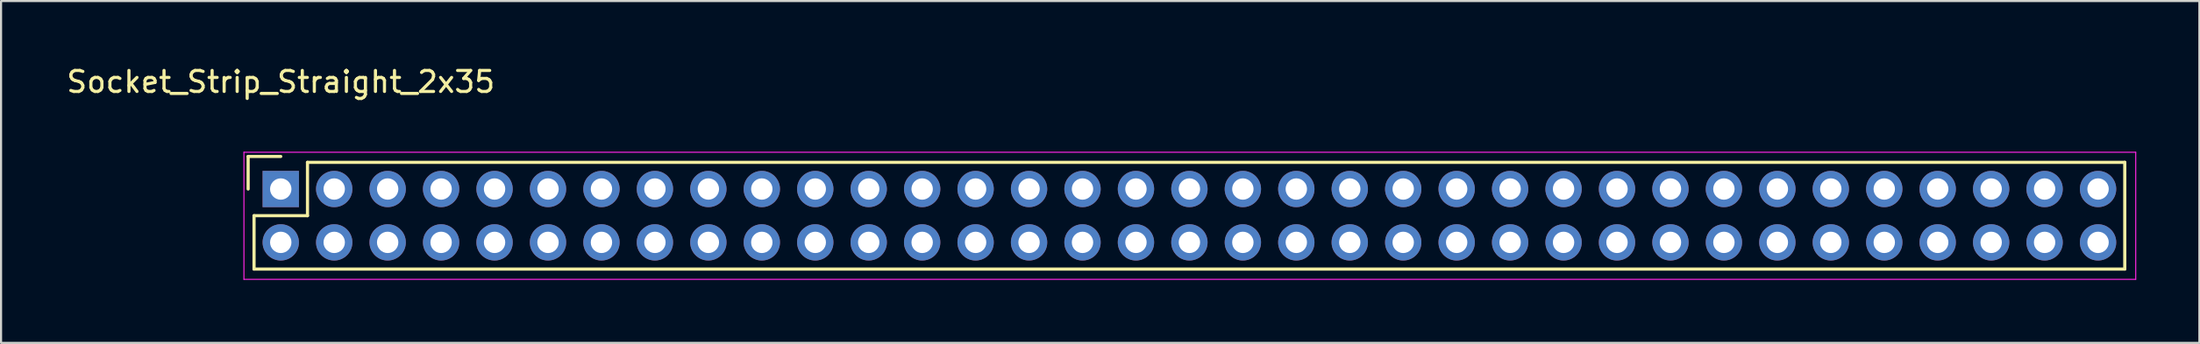
<source format=kicad_pcb>
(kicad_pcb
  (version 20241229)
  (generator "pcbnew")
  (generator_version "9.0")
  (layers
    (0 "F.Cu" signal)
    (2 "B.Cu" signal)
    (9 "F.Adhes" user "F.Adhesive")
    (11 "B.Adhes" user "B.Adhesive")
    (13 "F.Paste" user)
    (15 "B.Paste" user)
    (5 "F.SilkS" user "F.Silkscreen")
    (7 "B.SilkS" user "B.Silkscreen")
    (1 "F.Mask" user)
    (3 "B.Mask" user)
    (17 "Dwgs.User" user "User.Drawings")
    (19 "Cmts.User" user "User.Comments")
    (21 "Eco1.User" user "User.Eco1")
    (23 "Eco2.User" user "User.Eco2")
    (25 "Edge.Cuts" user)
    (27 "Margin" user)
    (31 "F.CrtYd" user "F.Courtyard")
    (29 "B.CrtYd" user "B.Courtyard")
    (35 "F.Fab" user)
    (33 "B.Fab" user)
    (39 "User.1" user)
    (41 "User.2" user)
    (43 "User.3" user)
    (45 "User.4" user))
  (footprint "Socket_Strip_Straight_2x35"
    (layer "F.Cu")
    (at 10.292 5.948)
    (property "Reference" "Socket_Strip_Straight_2x35" (at 0 -5.1 0) (layer "F.SilkS") (effects (font (size 1 1) (thickness 0.15))))
    (attr through_hole)
    (fp_line (start -1.55 -1.55) (end -1.55 0) (stroke (width 0.15) (type solid)) (layer "F.SilkS"))
    (fp_line (start -1.27 1.27) (end 1.27 1.27) (stroke (width 0.15) (type solid)) (layer "F.SilkS"))
    (fp_line (start -1.27 3.81) (end -1.27 1.27) (stroke (width 0.15) (type solid)) (layer "F.SilkS"))
    (fp_line (start 0 -1.55) (end -1.55 -1.55) (stroke (width 0.15) (type solid)) (layer "F.SilkS"))
    (fp_line (start 1.27 -1.27) (end 87.63 -1.27) (stroke (width 0.15) (type solid)) (layer "F.SilkS"))
    (fp_line (start 1.27 1.27) (end 1.27 -1.27) (stroke (width 0.15) (type solid)) (layer "F.SilkS"))
    (fp_line (start 87.63 3.81) (end -1.27 3.81) (stroke (width 0.15) (type solid)) (layer "F.SilkS"))
    (fp_line (start 87.63 3.81) (end 87.63 -1.27) (stroke (width 0.15) (type solid)) (layer "F.SilkS"))
    (fp_line (start -1.75 -1.75) (end -1.75 4.3) (stroke (width 0.05) (type solid)) (layer "F.CrtYd"))
    (fp_line (start -1.75 -1.75) (end 88.15 -1.75) (stroke (width 0.05) (type solid)) (layer "F.CrtYd"))
    (fp_line (start -1.75 4.3) (end 88.15 4.3) (stroke (width 0.05) (type solid)) (layer "F.CrtYd"))
    (fp_line (start 88.15 -1.75) (end 88.15 4.3) (stroke (width 0.05) (type solid)) (layer "F.CrtYd"))
    (pad "1" thru_hole rect (at 0 0) (size 1.727 1.727) (drill 1.016) (layers "*.Cu" "*.Mask"))
    (pad "2" thru_hole oval (at 0 2.54) (size 1.727 1.727) (drill 1.016) (layers "*.Cu" "*.Mask"))
    (pad "3" thru_hole oval (at 2.54 0) (size 1.727 1.727) (drill 1.016) (layers "*.Cu" "*.Mask"))
    (pad "4" thru_hole oval (at 2.54 2.54) (size 1.727 1.727) (drill 1.016) (layers "*.Cu" "*.Mask"))
    (pad "5" thru_hole oval (at 5.08 0) (size 1.727 1.727) (drill 1.016) (layers "*.Cu" "*.Mask"))
    (pad "6" thru_hole oval (at 5.08 2.54) (size 1.727 1.727) (drill 1.016) (layers "*.Cu" "*.Mask"))
    (pad "7" thru_hole oval (at 7.62 0) (size 1.727 1.727) (drill 1.016) (layers "*.Cu" "*.Mask"))
    (pad "8" thru_hole oval (at 7.62 2.54) (size 1.727 1.727) (drill 1.016) (layers "*.Cu" "*.Mask"))
    (pad "9" thru_hole oval (at 10.16 0) (size 1.727 1.727) (drill 1.016) (layers "*.Cu" "*.Mask"))
    (pad "10" thru_hole oval (at 10.16 2.54) (size 1.727 1.727) (drill 1.016) (layers "*.Cu" "*.Mask"))
    (pad "11" thru_hole oval (at 12.7 0) (size 1.727 1.727) (drill 1.016) (layers "*.Cu" "*.Mask"))
    (pad "12" thru_hole oval (at 12.7 2.54) (size 1.727 1.727) (drill 1.016) (layers "*.Cu" "*.Mask"))
    (pad "13" thru_hole oval (at 15.24 0) (size 1.727 1.727) (drill 1.016) (layers "*.Cu" "*.Mask"))
    (pad "14" thru_hole oval (at 15.24 2.54) (size 1.727 1.727) (drill 1.016) (layers "*.Cu" "*.Mask"))
    (pad "15" thru_hole oval (at 17.78 0) (size 1.727 1.727) (drill 1.016) (layers "*.Cu" "*.Mask"))
    (pad "16" thru_hole oval (at 17.78 2.54) (size 1.727 1.727) (drill 1.016) (layers "*.Cu" "*.Mask"))
    (pad "17" thru_hole oval (at 20.32 0) (size 1.727 1.727) (drill 1.016) (layers "*.Cu" "*.Mask"))
    (pad "18" thru_hole oval (at 20.32 2.54) (size 1.727 1.727) (drill 1.016) (layers "*.Cu" "*.Mask"))
    (pad "19" thru_hole oval (at 22.86 0) (size 1.727 1.727) (drill 1.016) (layers "*.Cu" "*.Mask"))
    (pad "20" thru_hole oval (at 22.86 2.54) (size 1.727 1.727) (drill 1.016) (layers "*.Cu" "*.Mask"))
    (pad "21" thru_hole oval (at 25.4 0) (size 1.727 1.727) (drill 1.016) (layers "*.Cu" "*.Mask"))
    (pad "22" thru_hole oval (at 25.4 2.54) (size 1.727 1.727) (drill 1.016) (layers "*.Cu" "*.Mask"))
    (pad "23" thru_hole oval (at 27.94 0) (size 1.727 1.727) (drill 1.016) (layers "*.Cu" "*.Mask"))
    (pad "24" thru_hole oval (at 27.94 2.54) (size 1.727 1.727) (drill 1.016) (layers "*.Cu" "*.Mask"))
    (pad "25" thru_hole oval (at 30.48 0) (size 1.727 1.727) (drill 1.016) (layers "*.Cu" "*.Mask"))
    (pad "26" thru_hole oval (at 30.48 2.54) (size 1.727 1.727) (drill 1.016) (layers "*.Cu" "*.Mask"))
    (pad "27" thru_hole oval (at 33.02 0) (size 1.727 1.727) (drill 1.016) (layers "*.Cu" "*.Mask"))
    (pad "28" thru_hole oval (at 33.02 2.54) (size 1.727 1.727) (drill 1.016) (layers "*.Cu" "*.Mask"))
    (pad "29" thru_hole oval (at 35.56 0) (size 1.727 1.727) (drill 1.016) (layers "*.Cu" "*.Mask"))
    (pad "30" thru_hole oval (at 35.56 2.54) (size 1.727 1.727) (drill 1.016) (layers "*.Cu" "*.Mask"))
    (pad "31" thru_hole oval (at 38.1 0) (size 1.727 1.727) (drill 1.016) (layers "*.Cu" "*.Mask"))
    (pad "32" thru_hole oval (at 38.1 2.54) (size 1.727 1.727) (drill 1.016) (layers "*.Cu" "*.Mask"))
    (pad "33" thru_hole oval (at 40.64 0) (size 1.727 1.727) (drill 1.016) (layers "*.Cu" "*.Mask"))
    (pad "34" thru_hole oval (at 40.64 2.54) (size 1.727 1.727) (drill 1.016) (layers "*.Cu" "*.Mask"))
    (pad "35" thru_hole oval (at 43.18 0) (size 1.727 1.727) (drill 1.016) (layers "*.Cu" "*.Mask"))
    (pad "36" thru_hole oval (at 43.18 2.54) (size 1.727 1.727) (drill 1.016) (layers "*.Cu" "*.Mask"))
    (pad "37" thru_hole oval (at 45.72 0) (size 1.727 1.727) (drill 1.016) (layers "*.Cu" "*.Mask"))
    (pad "38" thru_hole oval (at 45.72 2.54) (size 1.727 1.727) (drill 1.016) (layers "*.Cu" "*.Mask"))
    (pad "39" thru_hole oval (at 48.26 0) (size 1.727 1.727) (drill 1.016) (layers "*.Cu" "*.Mask"))
    (pad "40" thru_hole oval (at 48.26 2.54) (size 1.727 1.727) (drill 1.016) (layers "*.Cu" "*.Mask"))
    (pad "41" thru_hole oval (at 50.8 0) (size 1.727 1.727) (drill 1.016) (layers "*.Cu" "*.Mask"))
    (pad "42" thru_hole oval (at 50.8 2.54) (size 1.727 1.727) (drill 1.016) (layers "*.Cu" "*.Mask"))
    (pad "43" thru_hole oval (at 53.34 0) (size 1.727 1.727) (drill 1.016) (layers "*.Cu" "*.Mask"))
    (pad "44" thru_hole oval (at 53.34 2.54) (size 1.727 1.727) (drill 1.016) (layers "*.Cu" "*.Mask"))
    (pad "45" thru_hole oval (at 55.88 0) (size 1.727 1.727) (drill 1.016) (layers "*.Cu" "*.Mask"))
    (pad "46" thru_hole oval (at 55.88 2.54) (size 1.727 1.727) (drill 1.016) (layers "*.Cu" "*.Mask"))
    (pad "47" thru_hole oval (at 58.42 0) (size 1.727 1.727) (drill 1.016) (layers "*.Cu" "*.Mask"))
    (pad "48" thru_hole oval (at 58.42 2.54) (size 1.727 1.727) (drill 1.016) (layers "*.Cu" "*.Mask"))
    (pad "49" thru_hole oval (at 60.96 0) (size 1.727 1.727) (drill 1.016) (layers "*.Cu" "*.Mask"))
    (pad "50" thru_hole oval (at 60.96 2.54) (size 1.727 1.727) (drill 1.016) (layers "*.Cu" "*.Mask"))
    (pad "51" thru_hole oval (at 63.5 0) (size 1.727 1.727) (drill 1.016) (layers "*.Cu" "*.Mask"))
    (pad "52" thru_hole oval (at 63.5 2.54) (size 1.727 1.727) (drill 1.016) (layers "*.Cu" "*.Mask"))
    (pad "53" thru_hole oval (at 66.04 0) (size 1.727 1.727) (drill 1.016) (layers "*.Cu" "*.Mask"))
    (pad "54" thru_hole oval (at 66.04 2.54) (size 1.727 1.727) (drill 1.016) (layers "*.Cu" "*.Mask"))
    (pad "55" thru_hole oval (at 68.58 0) (size 1.727 1.727) (drill 1.016) (layers "*.Cu" "*.Mask"))
    (pad "56" thru_hole oval (at 68.58 2.54) (size 1.727 1.727) (drill 1.016) (layers "*.Cu" "*.Mask"))
    (pad "57" thru_hole oval (at 71.12 0) (size 1.727 1.727) (drill 1.016) (layers "*.Cu" "*.Mask"))
    (pad "58" thru_hole oval (at 71.12 2.54) (size 1.727 1.727) (drill 1.016) (layers "*.Cu" "*.Mask"))
    (pad "59" thru_hole oval (at 73.66 0) (size 1.727 1.727) (drill 1.016) (layers "*.Cu" "*.Mask"))
    (pad "60" thru_hole oval (at 73.66 2.54) (size 1.727 1.727) (drill 1.016) (layers "*.Cu" "*.Mask"))
    (pad "61" thru_hole oval (at 76.2 0) (size 1.727 1.727) (drill 1.016) (layers "*.Cu" "*.Mask"))
    (pad "62" thru_hole oval (at 76.2 2.54) (size 1.727 1.727) (drill 1.016) (layers "*.Cu" "*.Mask"))
    (pad "63" thru_hole oval (at 78.74 0) (size 1.727 1.727) (drill 1.016) (layers "*.Cu" "*.Mask"))
    (pad "64" thru_hole oval (at 78.74 2.54) (size 1.727 1.727) (drill 1.016) (layers "*.Cu" "*.Mask"))
    (pad "65" thru_hole oval (at 81.28 0) (size 1.727 1.727) (drill 1.016) (layers "*.Cu" "*.Mask"))
    (pad "66" thru_hole oval (at 81.28 2.54) (size 1.727 1.727) (drill 1.016) (layers "*.Cu" "*.Mask"))
    (pad "67" thru_hole oval (at 83.82 0) (size 1.727 1.727) (drill 1.016) (layers "*.Cu" "*.Mask"))
    (pad "68" thru_hole oval (at 83.82 2.54) (size 1.727 1.727) (drill 1.016) (layers "*.Cu" "*.Mask"))
    (pad "69" thru_hole oval (at 86.36 0) (size 1.727 1.727) (drill 1.016) (layers "*.Cu" "*.Mask"))
    (pad "70" thru_hole oval (at 86.36 2.54) (size 1.727 1.727) (drill 1.016) (layers "*.Cu" "*.Mask")))
  (gr_rect
    (start -3 -3)
    (end 101.467 13.273)
    (stroke (width 0.1) (type default))
    (fill no)
    (layer "Edge.Cuts")))
</source>
